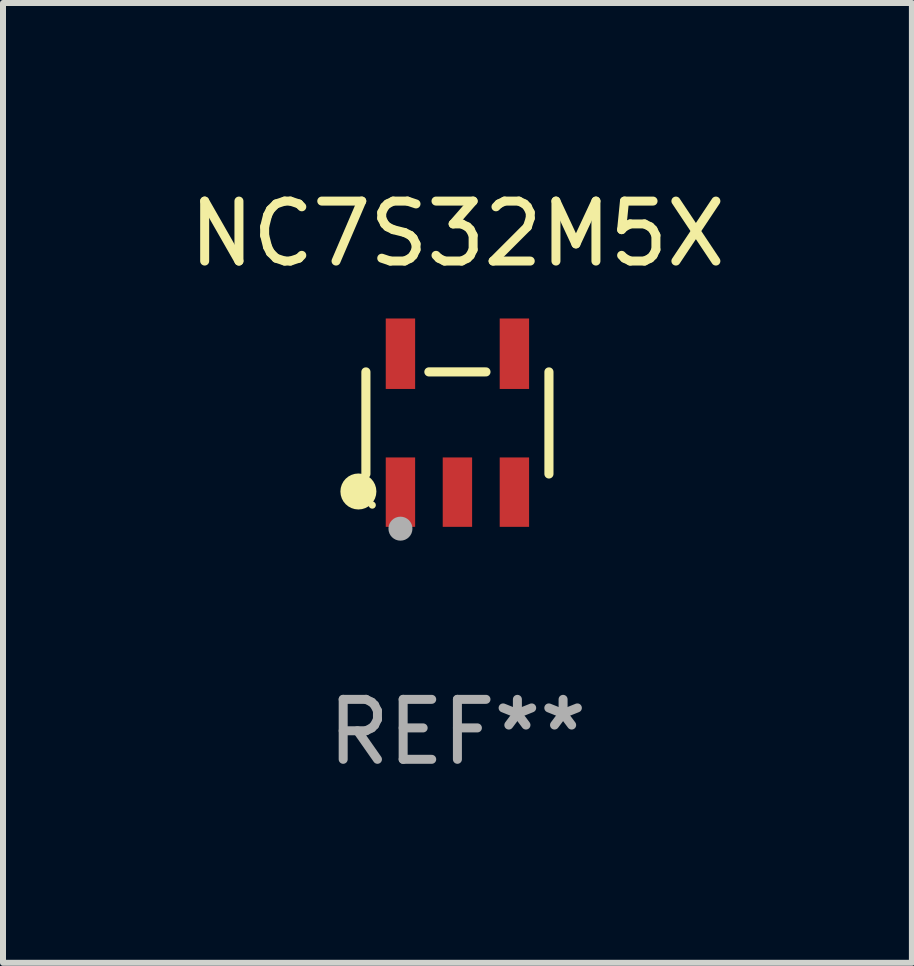
<source format=kicad_pcb>
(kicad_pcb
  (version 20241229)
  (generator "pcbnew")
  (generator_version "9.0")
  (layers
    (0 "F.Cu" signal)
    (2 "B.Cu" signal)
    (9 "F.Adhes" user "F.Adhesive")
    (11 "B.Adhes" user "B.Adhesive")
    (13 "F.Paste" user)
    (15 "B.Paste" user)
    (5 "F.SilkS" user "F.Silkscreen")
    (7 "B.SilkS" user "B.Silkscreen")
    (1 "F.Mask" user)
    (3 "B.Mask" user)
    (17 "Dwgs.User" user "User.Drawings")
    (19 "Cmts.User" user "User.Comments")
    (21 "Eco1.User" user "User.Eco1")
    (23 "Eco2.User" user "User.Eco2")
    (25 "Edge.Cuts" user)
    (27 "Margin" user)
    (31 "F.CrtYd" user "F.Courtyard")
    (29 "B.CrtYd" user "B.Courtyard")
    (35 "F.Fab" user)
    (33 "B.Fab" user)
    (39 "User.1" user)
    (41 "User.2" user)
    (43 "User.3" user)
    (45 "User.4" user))
  (footprint "NC7S32M5X"
    (layer "F.Cu")
    (at 4.577 4.002)
    (property "Reference" "NC7S32M5X" (at 0 -3.154 0) (layer "F.SilkS") (effects (font (size 1 1) (thickness 0.15))))
    (attr through_hole)
    (fp_line (start -1.526 0.851) (end -1.526 -0.851) (stroke (width 0.152) (type solid)) (layer "F.SilkS"))
    (fp_line (start 0.476 -0.851) (end -0.476 -0.851) (stroke (width 0.152) (type solid)) (layer "F.SilkS"))
    (fp_line (start 1.526 0.851) (end 1.526 -0.851) (stroke (width 0.152) (type solid)) (layer "F.SilkS"))
    (fp_circle (center -1.651 1.143) (end -1.501 1.143) (stroke (width 0.3) (type solid)) (fill no) (layer "F.SilkS"))
    (fp_circle (center -1.42 1.37) (end -1.39 1.37) (stroke (width 0.06) (type solid)) (fill no) (layer "F.SilkS"))
    (fp_circle (center -0.95 1.763) (end -0.85 1.763) (stroke (width 0.2) (type solid)) (fill no) (layer "F.Fab"))
    (fp_text user "REF**" (at 0 5.154 0) (layer "F.Fab") (effects (font (size 1 1) (thickness 0.15))))
    (pad "1" smd rect (at -0.95 1.154) (size 0.49 1.157) (layers "F.Cu" "F.Mask" "F.Paste"))
    (pad "2" smd rect (at 0 1.154) (size 0.49 1.157) (layers "F.Cu" "F.Mask" "F.Paste"))
    (pad "3" smd rect (at 0.95 1.154) (size 0.49 1.157) (layers "F.Cu" "F.Mask" "F.Paste"))
    (pad "4" smd rect (at 0.95 -1.154) (size 0.49 1.175) (layers "F.Cu" "F.Mask" "F.Paste"))
    (pad "5" smd rect (at -0.95 -1.154) (size 0.49 1.175) (layers "F.Cu" "F.Mask" "F.Paste")))
  (gr_rect
    (start -3 -3)
    (end 12.155 13.004)
    (stroke (width 0.1) (type default))
    (fill no)
    (layer "Edge.Cuts")))
</source>
